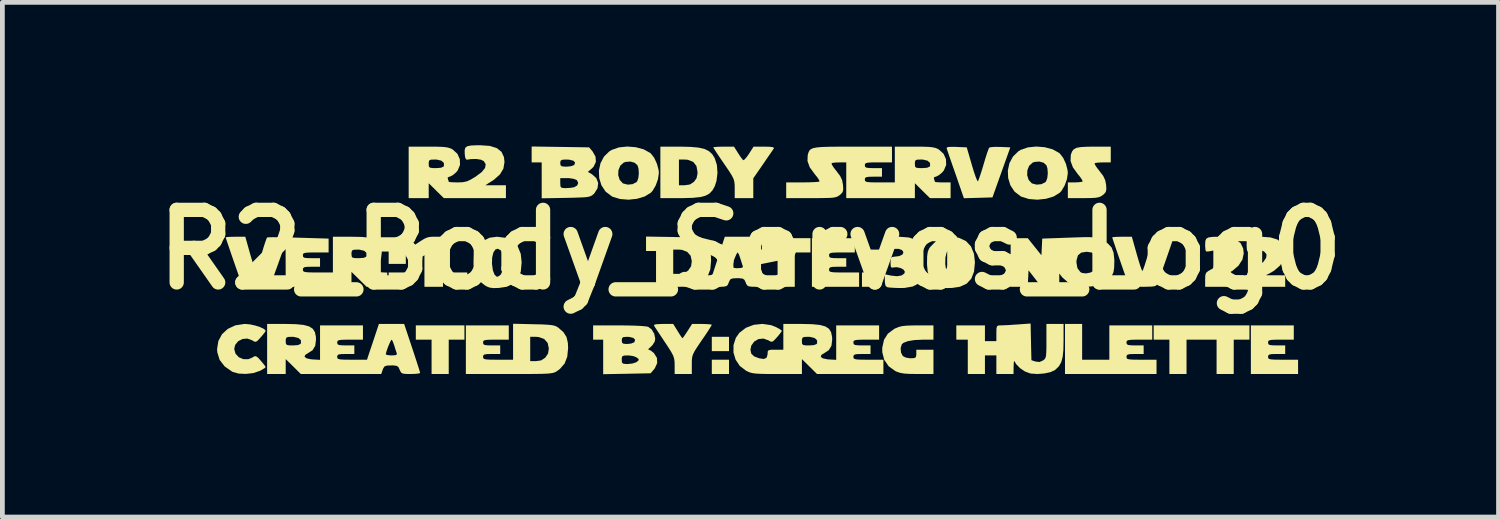
<source format=kicad_pcb>
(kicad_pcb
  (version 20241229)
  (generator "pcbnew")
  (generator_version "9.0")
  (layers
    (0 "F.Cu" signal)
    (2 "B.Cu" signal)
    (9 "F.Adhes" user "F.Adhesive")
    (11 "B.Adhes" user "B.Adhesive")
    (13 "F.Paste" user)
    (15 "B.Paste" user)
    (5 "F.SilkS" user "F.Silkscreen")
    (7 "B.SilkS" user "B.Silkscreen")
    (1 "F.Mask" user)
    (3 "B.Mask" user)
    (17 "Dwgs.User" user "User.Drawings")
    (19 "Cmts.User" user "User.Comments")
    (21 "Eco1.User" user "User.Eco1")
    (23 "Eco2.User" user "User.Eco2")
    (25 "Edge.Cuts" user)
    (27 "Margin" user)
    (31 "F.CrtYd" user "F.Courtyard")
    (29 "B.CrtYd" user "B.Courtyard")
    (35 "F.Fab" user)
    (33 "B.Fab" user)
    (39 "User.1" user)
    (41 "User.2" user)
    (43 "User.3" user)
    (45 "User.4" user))
  (footprint "R2_Body_Servos_Log0"
    (layer "F.Cu")
    (at 12.707 2.191)
    (property "Reference" "R2_Body_Servos_Log0" (at 0 0 0) (layer "F.SilkS") (effects (font (size 1.524 1.524) (thickness 0.3))))
    (attr board_only exclude_from_pos_files exclude_from_bom)
    (fp_poly (pts (xy -7.236 0.3) (xy -7.596 0.3) (xy -7.596 0) (xy -7.236 0)) (stroke (width 0) (type solid)) (fill yes) (layer "F.SilkS"))
    (fp_poly (pts (xy -7.236 0.781) (xy -7.596 0.781) (xy -7.596 0.48) (xy -7.236 0.48)) (stroke (width 0) (type solid)) (fill yes) (layer "F.SilkS"))
    (fp_poly (pts (xy -5.945 0.781) (xy -6.305 0.781) (xy -6.305 0.48) (xy -5.945 0.48)) (stroke (width 0) (type solid)) (fill yes) (layer "F.SilkS"))
    (fp_poly (pts (xy -0.45 2.132) (xy -0.811 2.132) (xy -0.811 1.831) (xy -0.45 1.831)) (stroke (width 0) (type solid)) (fill yes) (layer "F.SilkS"))
    (fp_poly (pts (xy -0.45 2.612) (xy -0.811 2.612) (xy -0.811 2.312) (xy -0.45 2.312)) (stroke (width 0) (type solid)) (fill yes) (layer "F.SilkS"))
    (fp_poly (pts (xy 2.702 0.3) (xy 2.342 0.3) (xy 2.342 0) (xy 2.702 0)) (stroke (width 0) (type solid)) (fill yes) (layer "F.SilkS"))
    (fp_poly (pts (xy 2.702 0.781) (xy 2.342 0.781) (xy 2.342 0.48) (xy 2.702 0.48)) (stroke (width 0) (type solid)) (fill yes) (layer "F.SilkS"))
    (fp_poly (pts (xy -6.005 1.891) (xy -6.335 1.891) (xy -6.335 2.612) (xy -6.695 2.612) (xy -6.695 1.891) (xy -7.026 1.891) (xy -7.026 1.591) (xy -6.005 1.591)) (stroke (width 0) (type solid)) (fill yes) (layer "F.SilkS"))
    (fp_poly (pts (xy 1.261 0.06) (xy 0.931 0.06) (xy 0.931 0.781) (xy 0.57 0.781) (xy 0.57 0.06) (xy 0.24 0.06) (xy 0.24 -0.24) (xy 1.261 -0.24)) (stroke (width 0) (type solid)) (fill yes) (layer "F.SilkS"))
    (fp_poly (pts (xy 10.478 1.891) (xy 10.148 1.891) (xy 10.148 2.612) (xy 9.788 2.612) (xy 9.788 1.891) (xy 9.157 1.891) (xy 9.157 2.612) (xy 8.797 2.612) (xy 8.797 1.891) (xy 8.467 1.891) (xy 8.467 1.591) (xy 10.478 1.591)) (stroke (width 0) (type solid)) (fill yes) (layer "F.SilkS"))
    (fp_poly (pts (xy -6.455 0.781) (xy -6.845 0.781) (xy -6.845 0.117) (xy -6.951 0.198) (xy -7.017 0.244) (xy -7.059 0.267) (xy -7.067 0.267) (xy -7.085 0.23) (xy -7.112 0.163) (xy -7.14 0.087) (xy -7.162 0.021) (xy -7.17 -0.013) (xy -7.169 -0.014) (xy -7.027 -0.112) (xy -6.924 -0.181) (xy -6.848 -0.227) (xy -6.79 -0.253) (xy -6.737 -0.266) (xy -6.681 -0.27) (xy -6.626 -0.27) (xy -6.455 -0.27)) (stroke (width 0) (type solid)) (fill yes) (layer "F.SilkS"))
    (fp_poly (pts (xy 2.192 0.06) (xy 1.922 0.06) (xy 1.793 0.061) (xy 1.713 0.066) (xy 1.671 0.077) (xy 1.654 0.096) (xy 1.651 0.12) (xy 1.658 0.154) (xy 1.687 0.172) (xy 1.752 0.179) (xy 1.831 0.18) (xy 2.012 0.18) (xy 2.012 0.36) (xy 1.831 0.36) (xy 1.731 0.362) (xy 1.676 0.372) (xy 1.655 0.394) (xy 1.651 0.42) (xy 1.655 0.447) (xy 1.674 0.464) (xy 1.719 0.474) (xy 1.799 0.479) (xy 1.927 0.48) (xy 1.967 0.48) (xy 2.282 0.48) (xy 2.282 0.781) (xy 1.291 0.781) (xy 1.291 -0.24) (xy 2.192 -0.24)) (stroke (width 0) (type solid)) (fill yes) (layer "F.SilkS"))
    (fp_poly (pts (xy 11.409 1.891) (xy 11.139 1.891) (xy 11.01 1.892) (xy 10.931 1.897) (xy 10.888 1.908) (xy 10.871 1.928) (xy 10.869 1.952) (xy 10.875 1.985) (xy 10.904 2.003) (xy 10.969 2.01) (xy 11.049 2.012) (xy 11.229 2.012) (xy 11.229 2.192) (xy 11.049 2.192) (xy 10.948 2.194) (xy 10.894 2.204) (xy 10.872 2.225) (xy 10.869 2.252) (xy 10.873 2.279) (xy 10.891 2.296) (xy 10.936 2.306) (xy 11.017 2.311) (xy 11.144 2.312) (xy 11.184 2.312) (xy 11.499 2.312) (xy 11.499 2.612) (xy 10.508 2.612) (xy 10.508 1.591) (xy 11.409 1.591)) (stroke (width 0) (type solid)) (fill yes) (layer "F.SilkS"))
    (fp_poly (pts (xy 6.965 2.312) (xy 7.536 2.312) (xy 7.536 1.591) (xy 8.437 1.591) (xy 8.437 1.891) (xy 8.166 1.891) (xy 8.038 1.892) (xy 7.958 1.897) (xy 7.916 1.908) (xy 7.899 1.928) (xy 7.896 1.952) (xy 7.903 1.985) (xy 7.932 2.003) (xy 7.997 2.01) (xy 8.076 2.012) (xy 8.257 2.012) (xy 8.257 2.192) (xy 8.076 2.192) (xy 7.976 2.194) (xy 7.921 2.204) (xy 7.9 2.225) (xy 7.896 2.252) (xy 7.9 2.279) (xy 7.919 2.296) (xy 7.964 2.306) (xy 8.044 2.311) (xy 8.172 2.312) (xy 8.211 2.312) (xy 8.527 2.312) (xy 8.527 2.612) (xy 6.605 2.612) (xy 6.605 1.561) (xy 6.965 1.561)) (stroke (width 0) (type solid)) (fill yes) (layer "F.SilkS"))
    (fp_poly (pts (xy 4.324 -2.156) (xy 4.542 -2.147) (xy 4.649 -1.779) (xy 4.69 -1.643) (xy 4.727 -1.533) (xy 4.757 -1.46) (xy 4.775 -1.433) (xy 4.777 -1.433) (xy 4.793 -1.47) (xy 4.822 -1.552) (xy 4.859 -1.666) (xy 4.895 -1.786) (xy 4.935 -1.92) (xy 4.971 -2.032) (xy 4.999 -2.11) (xy 5.013 -2.141) (xy 5.052 -2.151) (xy 5.133 -2.157) (xy 5.24 -2.156) (xy 5.246 -2.156) (xy 5.457 -2.147) (xy 5.269 -1.621) (xy 5.082 -1.096) (xy 4.782 -1.087) (xy 4.482 -1.079) (xy 4.308 -1.583) (xy 4.25 -1.748) (xy 4.199 -1.895) (xy 4.158 -2.014) (xy 4.13 -2.095) (xy 4.12 -2.126) (xy 4.126 -2.146) (xy 4.169 -2.156) (xy 4.258 -2.158)) (stroke (width 0) (type solid)) (fill yes) (layer "F.SilkS"))
    (fp_poly (pts (xy -1.261 -2.157) (xy -1.092 -2.142) (xy -0.965 -2.113) (xy -0.871 -2.067) (xy -0.801 -2.002) (xy -0.75 -1.92) (xy -0.704 -1.777) (xy -0.692 -1.609) (xy -0.713 -1.44) (xy -0.749 -1.33) (xy -0.798 -1.243) (xy -0.859 -1.178) (xy -0.942 -1.132) (xy -1.055 -1.103) (xy -1.208 -1.087) (xy -1.41 -1.081) (xy -1.47 -1.081) (xy -1.891 -1.081) (xy -1.891 -1.351) (xy -1.501 -1.351) (xy -1.38 -1.351) (xy -1.271 -1.367) (xy -1.188 -1.422) (xy -1.185 -1.425) (xy -1.132 -1.497) (xy -1.112 -1.588) (xy -1.111 -1.633) (xy -1.134 -1.757) (xy -1.202 -1.842) (xy -1.313 -1.886) (xy -1.385 -1.891) (xy -1.501 -1.891) (xy -1.501 -1.351) (xy -1.891 -1.351) (xy -1.891 -2.162) (xy -1.481 -2.162)) (stroke (width 0) (type solid)) (fill yes) (layer "F.SilkS"))
    (fp_poly (pts (xy 0.409 -2.159) (xy 0.474 -2.15) (xy 0.495 -2.134) (xy 0.492 -2.126) (xy 0.467 -2.088) (xy 0.415 -2.012) (xy 0.344 -1.909) (xy 0.265 -1.793) (xy 0.06 -1.497) (xy 0.06 -1.081) (xy -0.33 -1.081) (xy -0.33 -1.279) (xy -0.331 -1.361) (xy -0.338 -1.425) (xy -0.355 -1.485) (xy -0.389 -1.553) (xy -0.444 -1.642) (xy -0.527 -1.764) (xy -0.555 -1.805) (xy -0.639 -1.928) (xy -0.708 -2.031) (xy -0.757 -2.107) (xy -0.78 -2.145) (xy -0.781 -2.147) (xy -0.753 -2.154) (xy -0.68 -2.159) (xy -0.578 -2.162) (xy -0.563 -2.162) (xy -0.345 -2.162) (xy -0.26 -2.027) (xy -0.208 -1.948) (xy -0.166 -1.892) (xy -0.15 -1.877) (xy -0.123 -1.892) (xy -0.076 -1.946) (xy -0.03 -2.012) (xy 0.066 -2.162) (xy 0.29 -2.162)) (stroke (width 0) (type solid)) (fill yes) (layer "F.SilkS"))
    (fp_poly (pts (xy 10.048 -0.256) (xy 10.195 -0.211) (xy 10.294 -0.133) (xy 10.347 -0.023) (xy 10.358 0.081) (xy 10.33 0.211) (xy 10.249 0.336) (xy 10.123 0.444) (xy 10.061 0.481) (xy 9.953 0.538) (xy 10.155 0.539) (xy 10.358 0.54) (xy 10.358 0.781) (xy 9.548 0.781) (xy 9.548 0.631) (xy 9.551 0.54) (xy 9.568 0.487) (xy 9.613 0.45) (xy 9.664 0.422) (xy 9.804 0.338) (xy 9.904 0.253) (xy 9.959 0.172) (xy 9.966 0.101) (xy 9.922 0.046) (xy 9.886 0.027) (xy 9.765 0.012) (xy 9.692 0.025) (xy 9.616 0.039) (xy 9.569 0.039) (xy 9.564 0.036) (xy 9.554 -0.001) (xy 9.548 -0.076) (xy 9.548 -0.107) (xy 9.552 -0.181) (xy 9.571 -0.228) (xy 9.617 -0.255) (xy 9.699 -0.267) (xy 9.829 -0.27) (xy 9.851 -0.27)) (stroke (width 0) (type solid)) (fill yes) (layer "F.SilkS"))
    (fp_poly (pts (xy 10.919 -0.256) (xy 11.066 -0.211) (xy 11.164 -0.133) (xy 11.218 -0.023) (xy 11.229 0.081) (xy 11.2 0.211) (xy 11.119 0.336) (xy 10.994 0.444) (xy 10.932 0.481) (xy 10.824 0.538) (xy 11.026 0.539) (xy 11.229 0.54) (xy 11.229 0.781) (xy 10.418 0.781) (xy 10.418 0.631) (xy 10.421 0.54) (xy 10.439 0.487) (xy 10.483 0.45) (xy 10.534 0.422) (xy 10.675 0.338) (xy 10.775 0.253) (xy 10.829 0.172) (xy 10.837 0.101) (xy 10.793 0.046) (xy 10.757 0.027) (xy 10.636 0.012) (xy 10.563 0.025) (xy 10.487 0.039) (xy 10.439 0.039) (xy 10.435 0.036) (xy 10.424 -0.001) (xy 10.419 -0.076) (xy 10.418 -0.107) (xy 10.422 -0.181) (xy 10.442 -0.228) (xy 10.487 -0.255) (xy 10.57 -0.267) (xy 10.7 -0.27) (xy 10.722 -0.27)) (stroke (width 0) (type solid)) (fill yes) (layer "F.SilkS"))
    (fp_poly (pts (xy 3.843 1.891) (xy 3.625 1.891) (xy 3.448 1.899) (xy 3.307 1.922) (xy 3.212 1.958) (xy 3.178 1.989) (xy 3.154 2.069) (xy 3.162 2.162) (xy 3.199 2.234) (xy 3.2 2.235) (xy 3.262 2.267) (xy 3.354 2.282) (xy 3.365 2.282) (xy 3.441 2.278) (xy 3.474 2.258) (xy 3.483 2.209) (xy 3.483 2.192) (xy 3.483 2.102) (xy 3.843 2.102) (xy 3.843 2.612) (xy 3.505 2.612) (xy 3.347 2.61) (xy 3.233 2.603) (xy 3.148 2.589) (xy 3.078 2.566) (xy 3.039 2.548) (xy 2.902 2.449) (xy 2.81 2.315) (xy 2.768 2.153) (xy 2.768 2.06) (xy 2.805 1.893) (xy 2.887 1.764) (xy 3.018 1.666) (xy 3.042 1.654) (xy 3.112 1.625) (xy 3.189 1.606) (xy 3.288 1.596) (xy 3.424 1.592) (xy 3.507 1.591) (xy 3.843 1.591)) (stroke (width 0) (type solid)) (fill yes) (layer "F.SilkS"))
    (fp_poly (pts (xy 7.566 -1.831) (xy 7.406 -1.831) (xy 7.313 -1.828) (xy 7.246 -1.82) (xy 7.227 -1.813) (xy 7.235 -1.782) (xy 7.274 -1.721) (xy 7.331 -1.648) (xy 7.408 -1.546) (xy 7.45 -1.456) (xy 7.469 -1.356) (xy 7.473 -1.264) (xy 7.46 -1.208) (xy 7.421 -1.163) (xy 7.4 -1.146) (xy 7.357 -1.117) (xy 7.306 -1.098) (xy 7.235 -1.087) (xy 7.13 -1.082) (xy 6.991 -1.081) (xy 6.665 -1.081) (xy 6.665 -1.411) (xy 6.81 -1.411) (xy 6.899 -1.415) (xy 6.961 -1.424) (xy 6.975 -1.43) (xy 6.966 -1.461) (xy 6.926 -1.521) (xy 6.874 -1.585) (xy 6.771 -1.727) (xy 6.722 -1.859) (xy 6.727 -1.985) (xy 6.73 -1.997) (xy 6.754 -2.062) (xy 6.79 -2.107) (xy 6.847 -2.137) (xy 6.937 -2.153) (xy 7.068 -2.16) (xy 7.211 -2.162) (xy 7.566 -2.162)) (stroke (width 0) (type solid)) (fill yes) (layer "F.SilkS"))
    (fp_poly (pts (xy -1.653 -0.265) (xy -1.459 -0.261) (xy -1.314 -0.256) (xy -1.211 -0.249) (xy -1.139 -0.239) (xy -1.089 -0.226) (xy -1.051 -0.207) (xy -1.032 -0.193) (xy -0.924 -0.097) (xy -0.86 0.003) (xy -0.83 0.129) (xy -0.826 0.235) (xy -0.843 0.418) (xy -0.899 0.561) (xy -0.998 0.675) (xy -1.049 0.713) (xy -1.094 0.74) (xy -1.142 0.759) (xy -1.205 0.771) (xy -1.295 0.777) (xy -1.423 0.78) (xy -1.566 0.781) (xy -1.982 0.781) (xy -1.982 0.51) (xy -1.621 0.51) (xy -1.5 0.51) (xy -1.391 0.494) (xy -1.308 0.44) (xy -1.305 0.437) (xy -1.247 0.352) (xy -1.231 0.244) (xy -1.256 0.128) (xy -1.328 0.047) (xy -1.441 0.005) (xy -1.505 0) (xy -1.621 0) (xy -1.621 0.51) (xy -1.982 0.51) (xy -1.982 0.03) (xy -2.192 0.03) (xy -2.192 -0.274)) (stroke (width 0) (type solid)) (fill yes) (layer "F.SilkS"))
    (fp_poly (pts (xy -1.528 1.711) (xy -1.478 1.792) (xy -1.44 1.846) (xy -1.427 1.861) (xy -1.407 1.838) (xy -1.365 1.778) (xy -1.321 1.711) (xy -1.225 1.561) (xy -1.018 1.561) (xy -0.915 1.564) (xy -0.841 1.57) (xy -0.811 1.578) (xy -0.811 1.579) (xy -0.827 1.609) (xy -0.87 1.678) (xy -0.935 1.777) (xy -1.015 1.894) (xy -1.021 1.902) (xy -1.108 2.031) (xy -1.167 2.123) (xy -1.204 2.194) (xy -1.223 2.255) (xy -1.23 2.321) (xy -1.231 2.405) (xy -1.231 2.612) (xy -1.591 2.612) (xy -1.591 2.431) (xy -1.593 2.352) (xy -1.602 2.288) (xy -1.623 2.224) (xy -1.663 2.149) (xy -1.727 2.047) (xy -1.796 1.943) (xy -1.877 1.821) (xy -1.947 1.716) (xy -1.998 1.638) (xy -2.023 1.599) (xy -2.023 1.599) (xy -2.02 1.578) (xy -1.978 1.567) (xy -1.887 1.562) (xy -1.833 1.561) (xy -1.621 1.561)) (stroke (width 0) (type solid)) (fill yes) (layer "F.SilkS"))
    (fp_poly (pts (xy -5.137 -0.247) (xy -4.991 -0.179) (xy -4.886 -0.067) (xy -4.823 0.088) (xy -4.804 0.268) (xy -4.822 0.462) (xy -4.879 0.61) (xy -4.977 0.715) (xy -5.117 0.78) (xy -5.283 0.805) (xy -5.4 0.808) (xy -5.48 0.797) (xy -5.546 0.769) (xy -5.582 0.746) (xy -5.69 0.66) (xy -5.759 0.572) (xy -5.796 0.465) (xy -5.809 0.322) (xy -5.809 0.301) (xy -5.427 0.301) (xy -5.426 0.305) (xy -5.408 0.434) (xy -5.374 0.524) (xy -5.328 0.568) (xy -5.313 0.57) (xy -5.274 0.551) (xy -5.241 0.523) (xy -5.212 0.461) (xy -5.195 0.362) (xy -5.192 0.246) (xy -5.201 0.134) (xy -5.223 0.047) (xy -5.243 0.016) (xy -5.304 -0.019) (xy -5.357 -0.001) (xy -5.398 0.063) (xy -5.423 0.166) (xy -5.427 0.301) (xy -5.809 0.301) (xy -5.81 0.27) (xy -5.806 0.139) (xy -5.795 0.051) (xy -5.771 -0.013) (xy -5.747 -0.05) (xy -5.623 -0.177) (xy -5.479 -0.249) (xy -5.322 -0.27)) (stroke (width 0) (type solid)) (fill yes) (layer "F.SilkS"))
    (fp_poly (pts (xy 4.381 -0.247) (xy 4.526 -0.179) (xy 4.631 -0.067) (xy 4.694 0.088) (xy 4.714 0.268) (xy 4.695 0.462) (xy 4.638 0.61) (xy 4.54 0.715) (xy 4.4 0.78) (xy 4.234 0.805) (xy 4.118 0.808) (xy 4.038 0.797) (xy 3.972 0.769) (xy 3.936 0.746) (xy 3.827 0.66) (xy 3.759 0.572) (xy 3.722 0.465) (xy 3.709 0.322) (xy 3.708 0.301) (xy 4.091 0.301) (xy 4.091 0.305) (xy 4.109 0.434) (xy 4.144 0.524) (xy 4.19 0.568) (xy 4.205 0.57) (xy 4.243 0.551) (xy 4.276 0.523) (xy 4.306 0.461) (xy 4.322 0.362) (xy 4.326 0.246) (xy 4.316 0.134) (xy 4.294 0.047) (xy 4.275 0.016) (xy 4.214 -0.019) (xy 4.16 -0.001) (xy 4.119 0.063) (xy 4.094 0.166) (xy 4.091 0.301) (xy 3.708 0.301) (xy 3.708 0.27) (xy 3.711 0.139) (xy 3.723 0.051) (xy 3.747 -0.013) (xy 3.771 -0.05) (xy 3.894 -0.177) (xy 4.038 -0.249) (xy 4.196 -0.27)) (stroke (width 0) (type solid)) (fill yes) (layer "F.SilkS"))
    (fp_poly (pts (xy -10.508 1.57) (xy -10.399 1.594) (xy -10.298 1.626) (xy -10.22 1.663) (xy -10.181 1.698) (xy -10.179 1.707) (xy -10.198 1.739) (xy -10.246 1.799) (xy -10.282 1.841) (xy -10.343 1.908) (xy -10.383 1.935) (xy -10.419 1.931) (xy -10.461 1.905) (xy -10.563 1.868) (xy -10.667 1.877) (xy -10.758 1.925) (xy -10.82 2.003) (xy -10.839 2.087) (xy -10.812 2.185) (xy -10.744 2.259) (xy -10.65 2.3) (xy -10.545 2.302) (xy -10.461 2.268) (xy -10.414 2.24) (xy -10.378 2.24) (xy -10.336 2.272) (xy -10.282 2.332) (xy -10.224 2.401) (xy -10.186 2.452) (xy -10.179 2.467) (xy -10.203 2.49) (xy -10.265 2.528) (xy -10.308 2.549) (xy -10.441 2.593) (xy -10.595 2.61) (xy -10.747 2.603) (xy -10.871 2.568) (xy -10.884 2.562) (xy -11.04 2.452) (xy -11.145 2.316) (xy -11.194 2.158) (xy -11.199 2.09) (xy -11.172 1.92) (xy -11.095 1.776) (xy -10.974 1.665) (xy -10.817 1.591) (xy -10.631 1.562) (xy -10.609 1.561)) (stroke (width 0) (type solid)) (fill yes) (layer "F.SilkS"))
    (fp_poly (pts (xy -2.407 -2.15) (xy -2.241 -2.105) (xy -2.107 -2.031) (xy -2.091 -2.018) (xy -2.02 -1.926) (xy -1.962 -1.8) (xy -1.927 -1.667) (xy -1.923 -1.606) (xy -1.941 -1.479) (xy -1.989 -1.346) (xy -2.055 -1.234) (xy -2.091 -1.195) (xy -2.219 -1.116) (xy -2.381 -1.067) (xy -2.56 -1.048) (xy -2.737 -1.062) (xy -2.894 -1.11) (xy -2.913 -1.12) (xy -3.041 -1.218) (xy -3.128 -1.349) (xy -3.175 -1.5) (xy -3.178 -1.561) (xy -2.776 -1.561) (xy -2.745 -1.463) (xy -2.679 -1.392) (xy -2.67 -1.388) (xy -2.577 -1.364) (xy -2.477 -1.374) (xy -2.396 -1.414) (xy -2.379 -1.432) (xy -2.353 -1.504) (xy -2.343 -1.605) (xy -2.351 -1.706) (xy -2.372 -1.771) (xy -2.431 -1.824) (xy -2.522 -1.849) (xy -2.622 -1.841) (xy -2.662 -1.826) (xy -2.734 -1.761) (xy -2.772 -1.666) (xy -2.776 -1.561) (xy -3.178 -1.561) (xy -3.182 -1.659) (xy -3.148 -1.814) (xy -3.075 -1.953) (xy -2.961 -2.064) (xy -2.913 -2.093) (xy -2.762 -2.146) (xy -2.587 -2.164)) (stroke (width 0) (type solid)) (fill yes) (layer "F.SilkS"))
    (fp_poly (pts (xy 6.18 -2.15) (xy 6.346 -2.105) (xy 6.48 -2.031) (xy 6.496 -2.018) (xy 6.567 -1.926) (xy 6.625 -1.8) (xy 6.659 -1.667) (xy 6.664 -1.606) (xy 6.646 -1.479) (xy 6.598 -1.346) (xy 6.532 -1.234) (xy 6.496 -1.195) (xy 6.368 -1.116) (xy 6.205 -1.067) (xy 6.026 -1.048) (xy 5.849 -1.062) (xy 5.693 -1.11) (xy 5.673 -1.12) (xy 5.546 -1.218) (xy 5.459 -1.349) (xy 5.412 -1.5) (xy 5.409 -1.561) (xy 5.811 -1.561) (xy 5.842 -1.463) (xy 5.908 -1.392) (xy 5.917 -1.388) (xy 6.01 -1.364) (xy 6.11 -1.374) (xy 6.191 -1.414) (xy 6.207 -1.432) (xy 6.234 -1.504) (xy 6.244 -1.605) (xy 6.236 -1.706) (xy 6.215 -1.771) (xy 6.156 -1.824) (xy 6.065 -1.849) (xy 5.965 -1.841) (xy 5.925 -1.826) (xy 5.853 -1.761) (xy 5.815 -1.666) (xy 5.811 -1.561) (xy 5.409 -1.561) (xy 5.405 -1.659) (xy 5.438 -1.814) (xy 5.512 -1.953) (xy 5.626 -2.064) (xy 5.673 -2.093) (xy 5.825 -2.146) (xy 6 -2.164)) (stroke (width 0) (type solid)) (fill yes) (layer "F.SilkS"))
    (fp_poly (pts (xy 8.11 0.09) (xy 8.15 0.227) (xy 8.185 0.34) (xy 8.213 0.418) (xy 8.228 0.45) (xy 8.229 0.45) (xy 8.244 0.423) (xy 8.271 0.349) (xy 8.306 0.24) (xy 8.347 0.106) (xy 8.349 0.098) (xy 8.452 -0.255) (xy 8.669 -0.264) (xy 8.775 -0.267) (xy 8.852 -0.266) (xy 8.886 -0.261) (xy 8.887 -0.26) (xy 8.878 -0.23) (xy 8.852 -0.154) (xy 8.814 -0.044) (xy 8.768 0.089) (xy 8.718 0.233) (xy 8.667 0.378) (xy 8.62 0.512) (xy 8.58 0.624) (xy 8.551 0.702) (xy 8.541 0.728) (xy 8.523 0.753) (xy 8.485 0.769) (xy 8.416 0.777) (xy 8.303 0.78) (xy 8.237 0.781) (xy 8.087 0.777) (xy 7.992 0.768) (xy 7.946 0.751) (xy 7.94 0.743) (xy 7.916 0.676) (xy 7.88 0.572) (xy 7.835 0.443) (xy 7.785 0.299) (xy 7.734 0.152) (xy 7.686 0.012) (xy 7.645 -0.109) (xy 7.614 -0.2) (xy 7.598 -0.251) (xy 7.596 -0.257) (xy 7.623 -0.263) (xy 7.696 -0.268) (xy 7.797 -0.27) (xy 7.802 -0.27) (xy 8.009 -0.27)) (stroke (width 0) (type solid)) (fill yes) (layer "F.SilkS"))
    (fp_poly (pts (xy 5.891 1.937) (xy 5.9 2.322) (xy 5.983 2.35) (xy 6.07 2.36) (xy 6.141 2.329) (xy 6.172 2.306) (xy 6.193 2.278) (xy 6.206 2.233) (xy 6.212 2.16) (xy 6.215 2.048) (xy 6.215 1.921) (xy 6.215 1.561) (xy 6.575 1.561) (xy 6.575 1.914) (xy 6.571 2.11) (xy 6.555 2.257) (xy 6.525 2.367) (xy 6.477 2.45) (xy 6.407 2.518) (xy 6.389 2.532) (xy 6.298 2.574) (xy 6.169 2.601) (xy 6.025 2.612) (xy 5.887 2.602) (xy 5.872 2.599) (xy 5.766 2.56) (xy 5.661 2.489) (xy 5.58 2.405) (xy 5.553 2.359) (xy 5.538 2.338) (xy 5.53 2.367) (xy 5.526 2.452) (xy 5.526 2.454) (xy 5.524 2.612) (xy 5.164 2.612) (xy 5.164 2.222) (xy 4.924 2.222) (xy 4.924 2.612) (xy 4.564 2.612) (xy 4.564 1.891) (xy 4.323 1.891) (xy 4.323 1.591) (xy 4.924 1.591) (xy 4.924 1.922) (xy 5.164 1.922) (xy 5.164 1.756) (xy 5.166 1.662) (xy 5.176 1.613) (xy 5.202 1.594) (xy 5.25 1.591) (xy 5.318 1.589) (xy 5.427 1.584) (xy 5.557 1.575) (xy 5.609 1.572) (xy 5.883 1.552)) (stroke (width 0) (type solid)) (fill yes) (layer "F.SilkS"))
    (fp_poly (pts (xy 3.325 -0.255) (xy 3.474 -0.208) (xy 3.574 -0.13) (xy 3.584 -0.117) (xy 3.628 -0.013) (xy 3.613 0.089) (xy 3.545 0.182) (xy 3.497 0.236) (xy 3.481 0.267) (xy 3.485 0.27) (xy 3.541 0.296) (xy 3.593 0.361) (xy 3.627 0.443) (xy 3.633 0.489) (xy 3.607 0.616) (xy 3.531 0.712) (xy 3.407 0.775) (xy 3.234 0.805) (xy 3.131 0.807) (xy 3.019 0.803) (xy 2.926 0.797) (xy 2.875 0.79) (xy 2.839 0.764) (xy 2.824 0.701) (xy 2.822 0.647) (xy 2.822 0.518) (xy 2.961 0.547) (xy 3.08 0.559) (xy 3.174 0.543) (xy 3.231 0.503) (xy 3.243 0.465) (xy 3.216 0.421) (xy 3.151 0.386) (xy 3.07 0.369) (xy 3.011 0.374) (xy 2.967 0.38) (xy 2.947 0.356) (xy 2.942 0.29) (xy 2.942 0.271) (xy 2.947 0.193) (xy 2.966 0.158) (xy 3.01 0.15) (xy 3.122 0.137) (xy 3.192 0.103) (xy 3.213 0.06) (xy 3.186 0.011) (xy 3.115 -0.015) (xy 3.008 -0.015) (xy 2.943 -0.004) (xy 2.822 0.024) (xy 2.822 -0.105) (xy 2.826 -0.18) (xy 2.845 -0.228) (xy 2.891 -0.255) (xy 2.973 -0.267) (xy 3.102 -0.27) (xy 3.126 -0.27)) (stroke (width 0) (type solid)) (fill yes) (layer "F.SilkS"))
    (fp_poly (pts (xy 0.163 0.233) (xy 0.217 0.397) (xy 0.264 0.541) (xy 0.3 0.656) (xy 0.323 0.732) (xy 0.33 0.758) (xy 0.303 0.77) (xy 0.231 0.778) (xy 0.132 0.781) (xy 0.026 0.779) (xy -0.036 0.771) (xy -0.071 0.749) (xy -0.093 0.708) (xy -0.099 0.691) (xy -0.125 0.636) (xy -0.163 0.609) (xy -0.231 0.601) (xy -0.278 0.6) (xy -0.367 0.604) (xy -0.416 0.62) (xy -0.443 0.66) (xy -0.455 0.691) (xy -0.475 0.739) (xy -0.503 0.766) (xy -0.556 0.778) (xy -0.648 0.781) (xy -0.678 0.781) (xy -0.777 0.779) (xy -0.846 0.774) (xy -0.871 0.767) (xy -0.862 0.735) (xy -0.837 0.656) (xy -0.8 0.538) (xy -0.753 0.392) (xy -0.745 0.368) (xy -0.39 0.368) (xy -0.364 0.382) (xy -0.297 0.39) (xy -0.267 0.39) (xy -0.188 0.385) (xy -0.158 0.367) (xy -0.16 0.348) (xy -0.178 0.294) (xy -0.204 0.211) (xy -0.213 0.183) (xy -0.239 0.108) (xy -0.263 0.064) (xy -0.269 0.06) (xy -0.288 0.085) (xy -0.317 0.148) (xy -0.349 0.228) (xy -0.376 0.305) (xy -0.39 0.36) (xy -0.39 0.368) (xy -0.745 0.368) (xy -0.704 0.242) (xy -0.538 -0.27) (xy -0.005 -0.27)) (stroke (width 0) (type solid)) (fill yes) (layer "F.SilkS"))
    (fp_poly (pts (xy 7.139 -0.261) (xy 7.216 -0.257) (xy 7.274 -0.247) (xy 7.322 -0.231) (xy 7.371 -0.209) (xy 7.382 -0.203) (xy 7.504 -0.129) (xy 7.583 -0.045) (xy 7.625 0.064) (xy 7.641 0.213) (xy 7.641 0.255) (xy 7.637 0.385) (xy 7.623 0.473) (xy 7.594 0.539) (xy 7.579 0.561) (xy 7.468 0.666) (xy 7.322 0.737) (xy 7.154 0.775) (xy 6.978 0.779) (xy 6.81 0.748) (xy 6.662 0.683) (xy 6.55 0.585) (xy 6.485 0.502) (xy 6.485 0.781) (xy 6.109 0.781) (xy 5.84 0.435) (xy 5.822 0.781) (xy 5.464 0.781) (xy 5.464 0.27) (xy 6.845 0.27) (xy 6.866 0.39) (xy 6.927 0.47) (xy 6.965 0.491) (xy 7.047 0.5) (xy 7.14 0.482) (xy 7.214 0.444) (xy 7.228 0.429) (xy 7.258 0.351) (xy 7.264 0.247) (xy 7.246 0.149) (xy 7.224 0.104) (xy 7.166 0.061) (xy 7.068 0.047) (xy 7.056 0.046) (xy 6.945 0.064) (xy 6.877 0.12) (xy 6.848 0.221) (xy 6.845 0.27) (xy 5.464 0.27) (xy 5.464 -0.24) (xy 5.823 -0.24) (xy 5.966 -0.061) (xy 6.11 0.119) (xy 6.119 -0.056) (xy 6.127 -0.231) (xy 6.687 -0.251) (xy 6.884 -0.258) (xy 7.031 -0.262)) (stroke (width 0) (type solid)) (fill yes) (layer "F.SilkS"))
    (fp_poly (pts (xy -3.387 -2.147) (xy -3.315 -2.062) (xy -3.253 -1.953) (xy -3.245 -1.842) (xy -3.292 -1.742) (xy -3.328 -1.705) (xy -3.414 -1.632) (xy -3.328 -1.583) (xy -3.237 -1.502) (xy -3.197 -1.4) (xy -3.21 -1.29) (xy -3.275 -1.184) (xy -3.292 -1.166) (xy -3.323 -1.14) (xy -3.357 -1.122) (xy -3.405 -1.108) (xy -3.476 -1.099) (xy -3.58 -1.094) (xy -3.727 -1.089) (xy -3.875 -1.086) (xy -4.383 -1.077) (xy -4.383 -1.396) (xy -3.993 -1.396) (xy -3.989 -1.327) (xy -3.965 -1.298) (xy -3.903 -1.291) (xy -3.881 -1.291) (xy -3.786 -1.296) (xy -3.708 -1.308) (xy -3.702 -1.309) (xy -3.637 -1.347) (xy -3.616 -1.402) (xy -3.644 -1.457) (xy -3.652 -1.463) (xy -3.713 -1.486) (xy -3.805 -1.5) (xy -3.849 -1.501) (xy -3.993 -1.501) (xy -3.993 -1.396) (xy -4.383 -1.396) (xy -4.383 -1.816) (xy -3.993 -1.816) (xy -3.987 -1.77) (xy -3.959 -1.748) (xy -3.892 -1.742) (xy -3.862 -1.741) (xy -3.773 -1.75) (xy -3.709 -1.771) (xy -3.697 -1.781) (xy -3.682 -1.83) (xy -3.719 -1.867) (xy -3.803 -1.888) (xy -3.864 -1.891) (xy -3.945 -1.888) (xy -3.983 -1.871) (xy -3.993 -1.832) (xy -3.993 -1.816) (xy -4.383 -1.816) (xy -4.383 -1.831) (xy -4.594 -1.831) (xy -4.594 -2.165)) (stroke (width 0) (type solid)) (fill yes) (layer "F.SilkS"))
    (fp_poly (pts (xy -2.585 1.593) (xy -2.422 1.597) (xy -2.286 1.604) (xy -2.19 1.613) (xy -2.147 1.621) (xy -2.072 1.678) (xy -2.019 1.77) (xy -1.999 1.871) (xy -2.01 1.932) (xy -2.057 2.006) (xy -2.106 2.054) (xy -2.144 2.087) (xy -2.138 2.102) (xy -2.137 2.102) (xy -2.091 2.121) (xy -2.031 2.169) (xy -2.025 2.175) (xy -1.963 2.274) (xy -1.958 2.384) (xy -2.008 2.493) (xy -2.024 2.513) (xy -2.096 2.597) (xy -2.594 2.607) (xy -3.092 2.616) (xy -3.092 2.312) (xy -2.702 2.312) (xy -2.698 2.368) (xy -2.674 2.394) (xy -2.614 2.402) (xy -2.573 2.402) (xy -2.478 2.392) (xy -2.4 2.366) (xy -2.385 2.357) (xy -2.345 2.321) (xy -2.352 2.294) (xy -2.385 2.267) (xy -2.452 2.238) (xy -2.545 2.223) (xy -2.573 2.222) (xy -2.654 2.225) (xy -2.691 2.241) (xy -2.702 2.283) (xy -2.702 2.312) (xy -3.092 2.312) (xy -3.092 1.907) (xy -2.702 1.907) (xy -2.695 1.955) (xy -2.663 1.977) (xy -2.589 1.982) (xy -2.586 1.982) (xy -2.502 1.972) (xy -2.443 1.948) (xy -2.436 1.942) (xy -2.421 1.893) (xy -2.458 1.855) (xy -2.539 1.834) (xy -2.588 1.831) (xy -2.663 1.836) (xy -2.695 1.857) (xy -2.702 1.907) (xy -3.092 1.907) (xy -3.092 1.891) (xy -3.303 1.891) (xy -3.303 1.591) (xy -2.764 1.591)) (stroke (width 0) (type solid)) (fill yes) (layer "F.SilkS"))
    (fp_poly (pts (xy -4.551 1.567) (xy -4.376 1.571) (xy -4.251 1.578) (xy -4.164 1.587) (xy -4.104 1.601) (xy -4.06 1.621) (xy -4.035 1.638) (xy -3.926 1.734) (xy -3.862 1.835) (xy -3.833 1.96) (xy -3.828 2.066) (xy -3.846 2.249) (xy -3.902 2.393) (xy -4.001 2.506) (xy -4.052 2.544) (xy -4.082 2.564) (xy -4.113 2.579) (xy -4.153 2.59) (xy -4.208 2.599) (xy -4.286 2.605) (xy -4.393 2.609) (xy -4.537 2.611) (xy -4.724 2.612) (xy -4.962 2.612) (xy -5.063 2.612) (xy -5.975 2.612) (xy -5.975 2.342) (xy -4.624 2.342) (xy -4.502 2.342) (xy -4.393 2.326) (xy -4.31 2.271) (xy -4.307 2.268) (xy -4.25 2.183) (xy -4.233 2.075) (xy -4.258 1.959) (xy -4.33 1.878) (xy -4.444 1.836) (xy -4.508 1.831) (xy -4.624 1.831) (xy -4.624 2.342) (xy -5.975 2.342) (xy -5.975 1.591) (xy -5.074 1.591) (xy -5.074 1.891) (xy -5.344 1.891) (xy -5.473 1.892) (xy -5.552 1.897) (xy -5.595 1.908) (xy -5.612 1.928) (xy -5.614 1.952) (xy -5.608 1.985) (xy -5.579 2.003) (xy -5.514 2.01) (xy -5.434 2.012) (xy -5.254 2.012) (xy -5.254 2.192) (xy -5.434 2.192) (xy -5.535 2.194) (xy -5.589 2.204) (xy -5.611 2.225) (xy -5.614 2.252) (xy -5.61 2.279) (xy -5.592 2.296) (xy -5.547 2.306) (xy -5.466 2.311) (xy -5.339 2.312) (xy -5.299 2.312) (xy -4.984 2.312) (xy -4.984 1.557)) (stroke (width 0) (type solid)) (fill yes) (layer "F.SilkS"))
    (fp_poly (pts (xy -5.471 -2.177) (xy -5.325 -2.131) (xy -5.227 -2.053) (xy -5.175 -1.941) (xy -5.164 -1.837) (xy -5.187 -1.7) (xy -5.259 -1.579) (xy -5.384 -1.468) (xy -5.43 -1.438) (xy -5.566 -1.351) (xy -5.134 -1.351) (xy -5.134 -1.081) (xy -6.438 -1.081) (xy -6.597 -1.237) (xy -6.755 -1.394) (xy -6.755 -1.081) (xy -7.176 -1.081) (xy -7.176 -1.801) (xy -6.755 -1.801) (xy -6.752 -1.748) (xy -6.732 -1.722) (xy -6.68 -1.712) (xy -6.604 -1.711) (xy -6.5 -1.718) (xy -6.446 -1.741) (xy -6.436 -1.757) (xy -6.437 -1.821) (xy -6.489 -1.867) (xy -6.584 -1.89) (xy -6.624 -1.891) (xy -6.706 -1.889) (xy -6.744 -1.873) (xy -6.755 -1.832) (xy -6.755 -1.801) (xy -7.176 -1.801) (xy -7.176 -2.162) (xy -6.763 -2.162) (xy -6.592 -2.161) (xy -6.469 -2.157) (xy -6.382 -2.148) (xy -6.321 -2.134) (xy -6.271 -2.113) (xy -6.252 -2.102) (xy -6.153 -2.012) (xy -6.102 -1.899) (xy -6.098 -1.778) (xy -6.146 -1.663) (xy -6.183 -1.619) (xy -6.25 -1.563) (xy -6.309 -1.533) (xy -6.321 -1.531) (xy -6.357 -1.514) (xy -6.353 -1.484) (xy -6.337 -1.436) (xy -6.335 -1.424) (xy -6.308 -1.417) (xy -6.236 -1.413) (xy -6.147 -1.411) (xy -6.04 -1.415) (xy -5.957 -1.432) (xy -5.873 -1.47) (xy -5.773 -1.53) (xy -5.643 -1.627) (xy -5.572 -1.714) (xy -5.559 -1.792) (xy -5.597 -1.857) (xy -5.66 -1.888) (xy -5.76 -1.903) (xy -5.874 -1.9) (xy -5.945 -1.888) (xy -5.974 -1.896) (xy -5.992 -1.945) (xy -5.999 -2.015) (xy -6 -2.091) (xy -5.985 -2.141) (xy -5.943 -2.171) (xy -5.867 -2.186) (xy -5.744 -2.191) (xy -5.666 -2.191)) (stroke (width 0) (type solid)) (fill yes) (layer "F.SilkS"))
    (fp_poly (pts (xy 0.432 1.586) (xy 0.531 1.624) (xy 0.606 1.664) (xy 0.652 1.696) (xy 0.659 1.707) (xy 0.64 1.739) (xy 0.593 1.799) (xy 0.557 1.841) (xy 0.495 1.908) (xy 0.456 1.935) (xy 0.42 1.93) (xy 0.378 1.905) (xy 0.273 1.868) (xy 0.168 1.879) (xy 0.078 1.932) (xy 0.017 2.017) (xy 0 2.105) (xy 0.018 2.185) (xy 0.078 2.242) (xy 0.179 2.281) (xy 0.279 2.297) (xy 0.338 2.272) (xy 0.36 2.203) (xy 0.36 2.189) (xy 0.363 2.139) (xy 0.382 2.113) (xy 0.432 2.103) (xy 0.525 2.102) (xy 0.691 2.102) (xy 0.691 1.922) (xy 1.081 1.922) (xy 1.084 1.975) (xy 1.104 2.001) (xy 1.156 2.011) (xy 1.232 2.012) (xy 1.336 2.005) (xy 1.39 1.982) (xy 1.4 1.966) (xy 1.399 1.902) (xy 1.347 1.856) (xy 1.252 1.833) (xy 1.212 1.831) (xy 1.131 1.834) (xy 1.093 1.85) (xy 1.081 1.891) (xy 1.081 1.922) (xy 0.691 1.922) (xy 0.691 1.561) (xy 1.082 1.561) (xy 1.296 1.566) (xy 1.457 1.582) (xy 1.573 1.613) (xy 1.65 1.663) (xy 1.694 1.735) (xy 1.714 1.832) (xy 1.717 1.889) (xy 1.701 2.02) (xy 1.645 2.112) (xy 1.561 2.167) (xy 1.49 2.211) (xy 1.477 2.251) (xy 1.518 2.283) (xy 1.611 2.303) (xy 1.644 2.306) (xy 1.801 2.315) (xy 1.801 1.591) (xy 2.702 1.591) (xy 2.702 1.891) (xy 2.432 1.891) (xy 2.304 1.892) (xy 2.224 1.897) (xy 2.181 1.908) (xy 2.164 1.928) (xy 2.162 1.952) (xy 2.168 1.985) (xy 2.197 2.003) (xy 2.262 2.01) (xy 2.342 2.012) (xy 2.522 2.012) (xy 2.522 2.192) (xy 2.342 2.192) (xy 2.241 2.194) (xy 2.187 2.204) (xy 2.165 2.225) (xy 2.162 2.252) (xy 2.166 2.279) (xy 2.185 2.296) (xy 2.229 2.306) (xy 2.31 2.311) (xy 2.437 2.312) (xy 2.477 2.312) (xy 2.792 2.312) (xy 2.792 2.612) (xy 1.398 2.612) (xy 1.239 2.455) (xy 1.081 2.299) (xy 1.081 2.612) (xy 0.56 2.612) (xy 0.369 2.612) (xy 0.228 2.609) (xy 0.125 2.604) (xy 0.05 2.595) (xy -0.007 2.581) (xy -0.058 2.56) (xy -0.093 2.542) (xy -0.223 2.443) (xy -0.311 2.311) (xy -0.356 2.16) (xy -0.355 2.003) (xy -0.306 1.852) (xy -0.231 1.746) (xy -0.095 1.642) (xy 0.071 1.579) (xy 0.252 1.56)) (stroke (width 0) (type solid)) (fill yes) (layer "F.SilkS"))
    (fp_poly (pts (xy -9.542 1.566) (xy -9.381 1.582) (xy -9.266 1.613) (xy -9.189 1.663) (xy -9.144 1.735) (xy -9.124 1.832) (xy -9.122 1.889) (xy -9.138 2.02) (xy -9.193 2.112) (xy -9.278 2.167) (xy -9.348 2.211) (xy -9.362 2.251) (xy -9.32 2.283) (xy -9.227 2.303) (xy -9.194 2.306) (xy -9.037 2.315) (xy -9.037 1.591) (xy -8.136 1.591) (xy -8.136 1.891) (xy -8.407 1.891) (xy -8.535 1.892) (xy -8.615 1.897) (xy -8.657 1.908) (xy -8.674 1.928) (xy -8.677 1.952) (xy -8.67 1.985) (xy -8.641 2.003) (xy -8.576 2.01) (xy -8.497 2.012) (xy -8.317 2.012) (xy -8.317 2.192) (xy -8.497 2.192) (xy -8.597 2.194) (xy -8.652 2.204) (xy -8.674 2.225) (xy -8.677 2.252) (xy -8.673 2.279) (xy -8.654 2.296) (xy -8.609 2.306) (xy -8.528 2.311) (xy -8.4 2.312) (xy -8.364 2.312) (xy -8.051 2.312) (xy -8.014 2.199) (xy -7.656 2.199) (xy -7.629 2.213) (xy -7.562 2.221) (xy -7.533 2.222) (xy -7.453 2.217) (xy -7.424 2.199) (xy -7.425 2.18) (xy -7.444 2.126) (xy -7.47 2.042) (xy -7.478 2.015) (xy -7.505 1.939) (xy -7.528 1.896) (xy -7.535 1.891) (xy -7.553 1.917) (xy -7.583 1.979) (xy -7.615 2.059) (xy -7.642 2.137) (xy -7.656 2.192) (xy -7.656 2.199) (xy -8.014 2.199) (xy -7.926 1.937) (xy -7.801 1.561) (xy -7.271 1.561) (xy -7.103 2.064) (xy -7.049 2.228) (xy -7.002 2.372) (xy -6.965 2.487) (xy -6.942 2.563) (xy -6.935 2.59) (xy -6.963 2.601) (xy -7.035 2.609) (xy -7.133 2.612) (xy -7.24 2.611) (xy -7.302 2.602) (xy -7.336 2.58) (xy -7.358 2.539) (xy -7.365 2.522) (xy -7.391 2.467) (xy -7.428 2.441) (xy -7.497 2.432) (xy -7.544 2.432) (xy -7.633 2.435) (xy -7.682 2.452) (xy -7.709 2.492) (xy -7.721 2.522) (xy -7.752 2.612) (xy -9.441 2.612) (xy -9.599 2.455) (xy -9.758 2.299) (xy -9.758 2.612) (xy -10.148 2.612) (xy -10.148 1.922) (xy -9.758 1.922) (xy -9.754 1.975) (xy -9.734 2.001) (xy -9.682 2.011) (xy -9.607 2.012) (xy -9.503 2.005) (xy -9.449 1.982) (xy -9.438 1.966) (xy -9.439 1.902) (xy -9.491 1.856) (xy -9.587 1.833) (xy -9.626 1.831) (xy -9.708 1.834) (xy -9.746 1.85) (xy -9.757 1.891) (xy -9.758 1.922) (xy -10.148 1.922) (xy -10.148 1.561) (xy -9.756 1.561)) (stroke (width 0) (type solid)) (fill yes) (layer "F.SilkS"))
    (fp_poly (pts (xy -10.505 0.09) (xy -10.465 0.227) (xy -10.429 0.34) (xy -10.402 0.418) (xy -10.386 0.45) (xy -10.385 0.45) (xy -10.37 0.423) (xy -10.343 0.349) (xy -10.308 0.24) (xy -10.269 0.107) (xy -10.268 0.104) (xy -10.228 -0.031) (xy -10.192 -0.144) (xy -10.164 -0.223) (xy -10.148 -0.255) (xy -10.148 -0.255) (xy -10.112 -0.259) (xy -10.026 -0.26) (xy -9.899 -0.259) (xy -9.738 -0.256) (xy -9.554 -0.252) (xy -9.492 -0.25) (xy -8.857 -0.231) (xy -8.857 0.06) (xy -9.127 0.06) (xy -9.256 0.061) (xy -9.335 0.066) (xy -9.378 0.077) (xy -9.395 0.096) (xy -9.397 0.12) (xy -9.391 0.154) (xy -9.362 0.172) (xy -9.297 0.179) (xy -9.217 0.18) (xy -9.037 0.18) (xy -9.037 0.36) (xy -9.217 0.36) (xy -9.318 0.362) (xy -9.372 0.372) (xy -9.394 0.394) (xy -9.397 0.42) (xy -9.393 0.447) (xy -9.375 0.464) (xy -9.33 0.474) (xy -9.249 0.479) (xy -9.122 0.48) (xy -9.082 0.48) (xy -8.767 0.48) (xy -8.767 0.09) (xy -8.377 0.09) (xy -8.373 0.143) (xy -8.353 0.17) (xy -8.301 0.179) (xy -8.226 0.18) (xy -8.122 0.173) (xy -8.067 0.15) (xy -8.057 0.135) (xy -8.058 0.071) (xy -8.11 0.025) (xy -8.206 0.002) (xy -8.245 0) (xy -8.327 0.003) (xy -8.365 0.019) (xy -8.376 0.059) (xy -8.377 0.09) (xy -8.767 0.09) (xy -8.767 -0.27) (xy -8.375 -0.27) (xy -8.161 -0.266) (xy -8 -0.25) (xy -7.885 -0.218) (xy -7.808 -0.169) (xy -7.763 -0.097) (xy -7.743 0.001) (xy -7.741 0.057) (xy -7.757 0.189) (xy -7.812 0.28) (xy -7.897 0.335) (xy -7.968 0.379) (xy -7.982 0.418) (xy -7.941 0.45) (xy -7.848 0.47) (xy -7.798 0.474) (xy -7.626 0.483) (xy -7.626 0.781) (xy -8.059 0.781) (xy -8.218 0.624) (xy -8.377 0.467) (xy -8.377 0.781) (xy -9.758 0.781) (xy -9.759 0.323) (xy -9.761 -0.135) (xy -9.88 0.195) (xy -9.932 0.341) (xy -9.982 0.479) (xy -10.023 0.592) (xy -10.046 0.653) (xy -10.093 0.781) (xy -10.377 0.781) (xy -10.527 0.778) (xy -10.622 0.768) (xy -10.669 0.751) (xy -10.674 0.743) (xy -10.698 0.676) (xy -10.735 0.572) (xy -10.78 0.443) (xy -10.83 0.299) (xy -10.881 0.152) (xy -10.929 0.012) (xy -10.97 -0.109) (xy -11.001 -0.2) (xy -11.017 -0.251) (xy -11.019 -0.257) (xy -10.991 -0.263) (xy -10.919 -0.268) (xy -10.817 -0.27) (xy -10.812 -0.27) (xy -10.606 -0.27)) (stroke (width 0) (type solid)) (fill yes) (layer "F.SilkS"))
    (fp_poly (pts (xy 2.972 -1.831) (xy 2.687 -1.831) (xy 2.555 -1.831) (xy 2.471 -1.826) (xy 2.425 -1.816) (xy 2.406 -1.798) (xy 2.402 -1.771) (xy 2.408 -1.738) (xy 2.437 -1.72) (xy 2.502 -1.712) (xy 2.582 -1.711) (xy 2.762 -1.711) (xy 2.762 -1.531) (xy 2.582 -1.531) (xy 2.481 -1.529) (xy 2.427 -1.519) (xy 2.405 -1.498) (xy 2.402 -1.471) (xy 2.406 -1.444) (xy 2.425 -1.427) (xy 2.469 -1.417) (xy 2.55 -1.412) (xy 2.678 -1.411) (xy 2.717 -1.411) (xy 3.032 -1.411) (xy 3.032 -1.801) (xy 3.453 -1.801) (xy 3.456 -1.748) (xy 3.476 -1.722) (xy 3.528 -1.712) (xy 3.604 -1.711) (xy 3.708 -1.718) (xy 3.762 -1.741) (xy 3.772 -1.757) (xy 3.771 -1.821) (xy 3.719 -1.867) (xy 3.624 -1.89) (xy 3.584 -1.891) (xy 3.503 -1.889) (xy 3.464 -1.873) (xy 3.453 -1.832) (xy 3.453 -1.801) (xy 3.032 -1.801) (xy 3.032 -2.162) (xy 3.445 -2.162) (xy 3.616 -2.161) (xy 3.739 -2.157) (xy 3.826 -2.148) (xy 3.888 -2.134) (xy 3.937 -2.113) (xy 3.956 -2.102) (xy 4.055 -2.012) (xy 4.106 -1.899) (xy 4.11 -1.778) (xy 4.062 -1.663) (xy 4.025 -1.619) (xy 3.958 -1.563) (xy 3.899 -1.533) (xy 3.887 -1.531) (xy 3.851 -1.514) (xy 3.855 -1.484) (xy 3.871 -1.436) (xy 3.873 -1.424) (xy 3.9 -1.417) (xy 3.97 -1.412) (xy 4.038 -1.411) (xy 4.203 -1.411) (xy 4.203 -1.081) (xy 3.77 -1.081) (xy 3.611 -1.237) (xy 3.453 -1.394) (xy 3.453 -1.081) (xy 2.012 -1.081) (xy 2.012 -1.831) (xy 1.866 -1.831) (xy 1.778 -1.828) (xy 1.717 -1.819) (xy 1.703 -1.813) (xy 1.711 -1.782) (xy 1.75 -1.721) (xy 1.807 -1.648) (xy 1.884 -1.546) (xy 1.926 -1.456) (xy 1.944 -1.356) (xy 1.949 -1.264) (xy 1.936 -1.208) (xy 1.897 -1.163) (xy 1.876 -1.146) (xy 1.842 -1.122) (xy 1.804 -1.105) (xy 1.752 -1.093) (xy 1.676 -1.086) (xy 1.566 -1.083) (xy 1.413 -1.081) (xy 1.272 -1.081) (xy 0.751 -1.081) (xy 0.751 -1.411) (xy 1.091 -1.411) (xy 1.228 -1.413) (xy 1.342 -1.417) (xy 1.421 -1.423) (xy 1.45 -1.43) (xy 1.442 -1.461) (xy 1.402 -1.521) (xy 1.35 -1.585) (xy 1.246 -1.727) (xy 1.198 -1.859) (xy 1.203 -1.985) (xy 1.206 -1.997) (xy 1.22 -2.043) (xy 1.239 -2.081) (xy 1.269 -2.109) (xy 1.317 -2.13) (xy 1.389 -2.144) (xy 1.492 -2.154) (xy 1.633 -2.159) (xy 1.819 -2.161) (xy 2.055 -2.162) (xy 2.152 -2.162) (xy 2.972 -2.162)) (stroke (width 0) (type solid)) (fill yes) (layer "F.SilkS")))
  (gr_rect
    (start -3 -3)
    (end 28.415 7.807)
    (stroke (width 0.1) (type default))
    (fill no)
    (layer "Edge.Cuts")))
</source>
